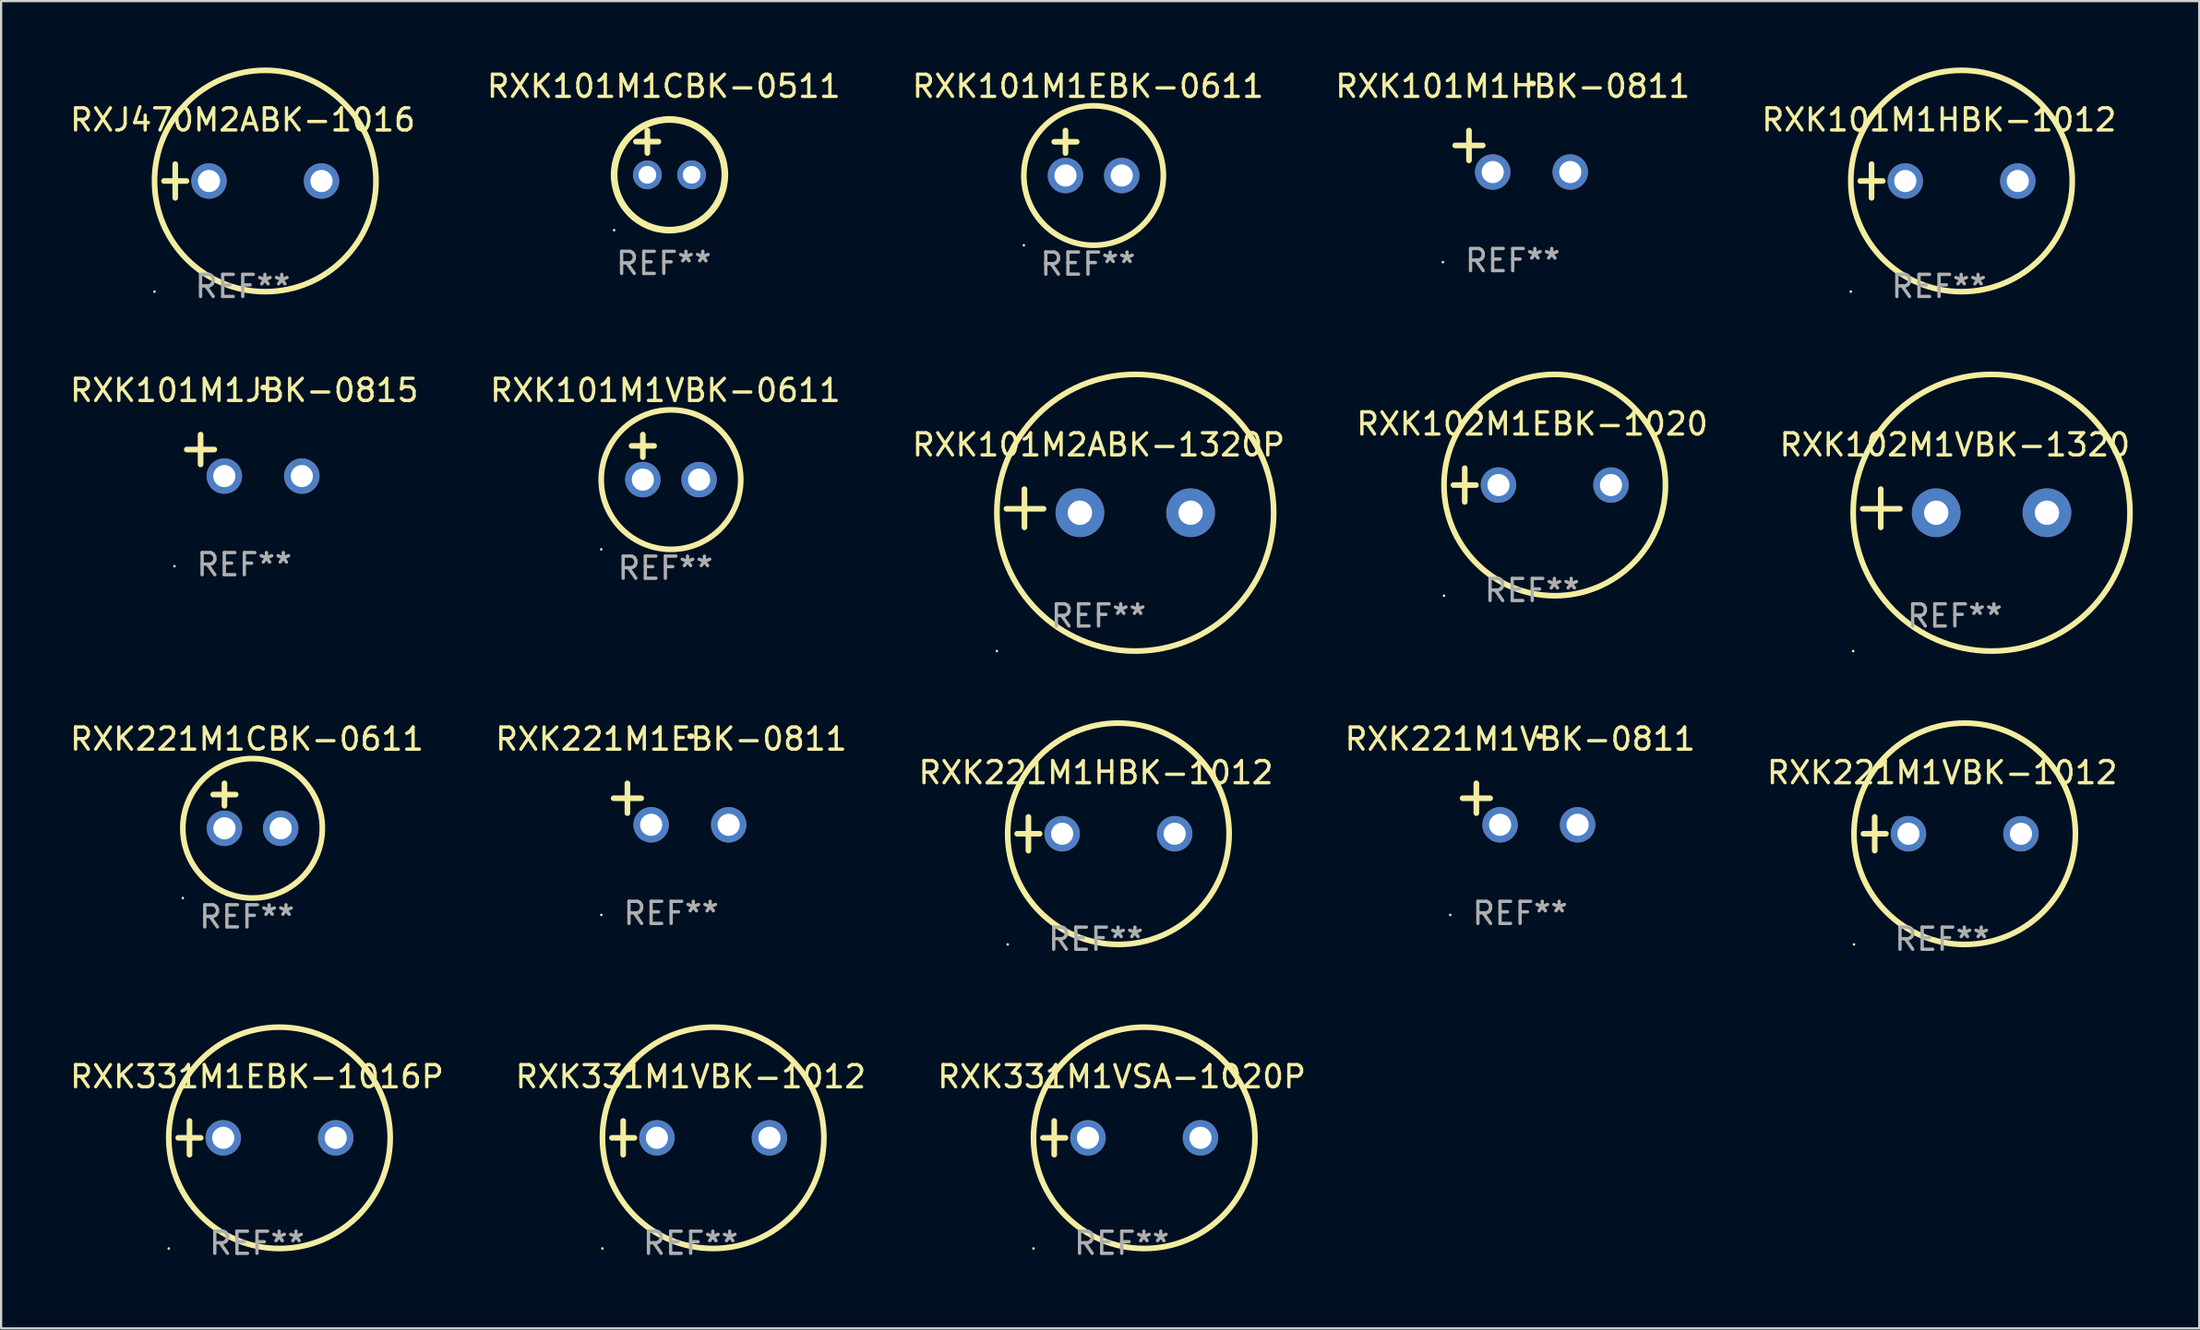
<source format=kicad_pcb>
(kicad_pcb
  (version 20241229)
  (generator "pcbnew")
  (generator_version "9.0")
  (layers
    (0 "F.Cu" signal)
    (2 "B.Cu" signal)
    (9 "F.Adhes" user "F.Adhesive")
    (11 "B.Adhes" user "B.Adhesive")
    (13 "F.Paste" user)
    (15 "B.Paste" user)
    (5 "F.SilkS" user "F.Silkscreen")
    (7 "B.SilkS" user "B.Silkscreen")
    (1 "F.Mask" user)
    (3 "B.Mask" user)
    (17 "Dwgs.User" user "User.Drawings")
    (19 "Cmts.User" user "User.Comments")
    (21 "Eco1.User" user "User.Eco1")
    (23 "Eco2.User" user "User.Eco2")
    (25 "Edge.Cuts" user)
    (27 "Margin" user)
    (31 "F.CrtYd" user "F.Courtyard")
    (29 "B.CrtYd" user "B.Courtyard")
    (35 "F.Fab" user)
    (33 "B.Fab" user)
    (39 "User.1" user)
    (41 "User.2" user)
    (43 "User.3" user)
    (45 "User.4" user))
  (footprint "RXK102M1VBK-1320"
    (layer "F.Cu")
    (at 85.22 19.911)
    (property "Reference" "RXK102M1VBK-1320" (at 0 -2.864 0) (layer "F.SilkS") (effects (font (size 1 1) (thickness 0.15))))
    (attr through_hole)
    (fp_line (start -3.346 0.864) (end -3.346 -0.864) (stroke (width 0.254) (type solid)) (layer "F.SilkS"))
    (fp_line (start -2.482 0.025) (end -4.158 0.025) (stroke (width 0.254) (type solid)) (layer "F.SilkS"))
    (fp_circle (center -4.592 6.453) (end -4.562 6.453) (stroke (width 0.06) (type solid)) (fill no) (layer "F.SilkS"))
    (fp_circle (center 1.658 0.203) (end 7.908 0.203) (stroke (width 0.254) (type solid)) (fill no) (layer "F.SilkS"))
    (fp_text user "REF**" (at 0 4.864 0) (layer "F.Fab") (effects (font (size 1 1) (thickness 0.15))))
    (pad "1" thru_hole circle (at -0.842 0.203) (size 2.2 2.2) (drill 1.1) (layers "*.Cu" "*.Mask"))
    (pad "2" thru_hole circle (at 4.158 0.203) (size 2.2 2.2) (drill 1.1) (layers "*.Cu" "*.Mask")))
  (footprint "RXK331M1VSA-1020P"
    (layer "F.Cu")
    (at 47.601 48.355)
    (property "Reference" "RXK331M1VSA-1020P" (at 0 -2.762 0) (layer "F.SilkS") (effects (font (size 1 1) (thickness 0.15))))
    (attr through_hole)
    (fp_line (start -3.556 0) (end -2.54 0) (stroke (width 0.254) (type solid)) (layer "F.SilkS"))
    (fp_line (start -3.048 -0.762) (end -3.048 0.762) (stroke (width 0.254) (type solid)) (layer "F.SilkS"))
    (fp_circle (center -3.984 5) (end -3.954 5) (stroke (width 0.06) (type solid)) (fill no) (layer "F.SilkS"))
    (fp_circle (center 1.016 0) (end 6.016 0) (stroke (width 0.254) (type solid)) (fill no) (layer "F.SilkS"))
    (fp_text user "REF**" (at 0 4.762 0) (layer "F.Fab") (effects (font (size 1 1) (thickness 0.15))))
    (pad "1" thru_hole circle (at -1.524 0) (size 1.6 1.6) (drill 1) (layers "*.Cu" "*.Mask"))
    (pad "2" thru_hole circle (at 3.556 0) (size 1.6 1.6) (drill 1) (layers "*.Cu" "*.Mask")))
  (footprint "RXK331M1EBK-1016P"
    (layer "F.Cu")
    (at 8.554 48.355)
    (property "Reference" "RXK331M1EBK-1016P" (at 0 -2.762 0) (layer "F.SilkS") (effects (font (size 1 1) (thickness 0.15))))
    (attr through_hole)
    (fp_line (start -3.556 0) (end -2.54 0) (stroke (width 0.254) (type solid)) (layer "F.SilkS"))
    (fp_line (start -3.048 -0.762) (end -3.048 0.762) (stroke (width 0.254) (type solid)) (layer "F.SilkS"))
    (fp_circle (center -3.984 5) (end -3.954 5) (stroke (width 0.06) (type solid)) (fill no) (layer "F.SilkS"))
    (fp_circle (center 1.016 0) (end 6.016 0) (stroke (width 0.254) (type solid)) (fill no) (layer "F.SilkS"))
    (fp_text user "REF**" (at 0 4.762 0) (layer "F.Fab") (effects (font (size 1 1) (thickness 0.15))))
    (pad "1" thru_hole circle (at -1.524 0) (size 1.6 1.6) (drill 1) (layers "*.Cu" "*.Mask"))
    (pad "2" thru_hole circle (at 3.556 0) (size 1.6 1.6) (drill 1) (layers "*.Cu" "*.Mask")))
  (footprint "RXK221M1HBK-1012"
    (layer "F.Cu")
    (at 46.435 34.618)
    (property "Reference" "RXK221M1HBK-1012" (at 0 -2.762 0) (layer "F.SilkS") (effects (font (size 1 1) (thickness 0.15))))
    (attr through_hole)
    (fp_line (start -3.556 0) (end -2.54 0) (stroke (width 0.254) (type solid)) (layer "F.SilkS"))
    (fp_line (start -3.048 -0.762) (end -3.048 0.762) (stroke (width 0.254) (type solid)) (layer "F.SilkS"))
    (fp_circle (center -3.984 5) (end -3.954 5) (stroke (width 0.06) (type solid)) (fill no) (layer "F.SilkS"))
    (fp_circle (center 1.016 0) (end 6.016 0) (stroke (width 0.254) (type solid)) (fill no) (layer "F.SilkS"))
    (fp_text user "REF**" (at 0 4.762 0) (layer "F.Fab") (effects (font (size 1 1) (thickness 0.15))))
    (pad "1" thru_hole circle (at -1.524 0) (size 1.6 1.6) (drill 1) (layers "*.Cu" "*.Mask"))
    (pad "2" thru_hole circle (at 3.556 0) (size 1.6 1.6) (drill 1) (layers "*.Cu" "*.Mask")))
  (footprint "RXK221M1VBK-0811"
    (layer "F.Cu")
    (at 65.589 33.276)
    (property "Reference" "RXK221M1VBK-0811" (at 0 -2.937 0) (layer "F.SilkS") (effects (font (size 1 1) (thickness 0.15))))
    (attr through_hole)
    (fp_line (start -1.975 0.41) (end -1.975 -0.937) (stroke (width 0.254) (type solid)) (layer "F.SilkS"))
    (fp_line (start -1.353 -0.263) (end -2.597 -0.263) (stroke (width 0.254) (type solid)) (layer "F.SilkS"))
    (fp_arc (start 0.849809 -3.063957) (mid 0.885369 -3.064114) (end 0.920929 -3.063957) (stroke (width 0.254001) (type solid)) (layer "F.SilkS"))
    (fp_circle (center -3.154 5.008) (end -3.124 5.008) (stroke (width 0.06) (type solid)) (fill no) (layer "F.SilkS"))
    (fp_text user "REF**" (at 0 4.937 0) (layer "F.Fab") (effects (font (size 1 1) (thickness 0.15))))
    (pad "1" thru_hole circle (at -0.903 0.937) (size 1.6 1.6) (drill 1) (layers "*.Cu" "*.Mask"))
    (pad "2" thru_hole circle (at 2.597 0.937) (size 1.6 1.6) (drill 1) (layers "*.Cu" "*.Mask")))
  (footprint "RXK101M1HBK-0811"
    (layer "F.Cu")
    (at 65.256 3.785)
    (property "Reference" "RXK101M1HBK-0811" (at 0 -2.937 0) (layer "F.SilkS") (effects (font (size 1 1) (thickness 0.15))))
    (attr through_hole)
    (fp_line (start -1.975 0.41) (end -1.975 -0.937) (stroke (width 0.254) (type solid)) (layer "F.SilkS"))
    (fp_line (start -1.353 -0.263) (end -2.597 -0.263) (stroke (width 0.254) (type solid)) (layer "F.SilkS"))
    (fp_arc (start 0.849809 -3.063957) (mid 0.885369 -3.064114) (end 0.920929 -3.063957) (stroke (width 0.254001) (type solid)) (layer "F.SilkS"))
    (fp_circle (center -3.154 5.008) (end -3.124 5.008) (stroke (width 0.06) (type solid)) (fill no) (layer "F.SilkS"))
    (fp_text user "REF**" (at 0 4.937 0) (layer "F.Fab") (effects (font (size 1 1) (thickness 0.15))))
    (pad "1" thru_hole circle (at -0.903 0.937) (size 1.6 1.6) (drill 1) (layers "*.Cu" "*.Mask"))
    (pad "2" thru_hole circle (at 2.597 0.937) (size 1.6 1.6) (drill 1) (layers "*.Cu" "*.Mask")))
  (footprint "RXK101M1CBK-0511"
    (layer "F.Cu")
    (at 26.923 3.848)
    (property "Reference" "RXK101M1CBK-0511" (at 0 -3 0) (layer "F.SilkS") (effects (font (size 1 1) (thickness 0.15))))
    (attr through_hole)
    (fp_line (start -1.258 -0.5) (end -0.242 -0.5) (stroke (width 0.254) (type solid)) (layer "F.SilkS"))
    (fp_line (start -0.742 -1) (end -0.742 0.016) (stroke (width 0.254) (type solid)) (layer "F.SilkS"))
    (fp_circle (center -2.242 3.5) (end -2.212 3.5) (stroke (width 0.06) (type solid)) (fill no) (layer "F.SilkS"))
    (fp_circle (center 0.258 1) (end 2.758 1) (stroke (width 0.3) (type solid)) (fill no) (layer "F.SilkS"))
    (fp_text user "REF**" (at 0 5 0) (layer "F.Fab") (effects (font (size 1 1) (thickness 0.15))))
    (pad "1" thru_hole circle (at -0.742 1) (size 1.3 1.3) (drill 0.8) (layers "*.Cu" "*.Mask"))
    (pad "2" thru_hole circle (at 1.258 1) (size 1.3 1.3) (drill 0.8) (layers "*.Cu" "*.Mask")))
  (footprint "RXK221M1VBK-1012"
    (layer "F.Cu")
    (at 84.649 34.618)
    (property "Reference" "RXK221M1VBK-1012" (at 0 -2.762 0) (layer "F.SilkS") (effects (font (size 1 1) (thickness 0.15))))
    (attr through_hole)
    (fp_line (start -3.556 0) (end -2.54 0) (stroke (width 0.254) (type solid)) (layer "F.SilkS"))
    (fp_line (start -3.048 -0.762) (end -3.048 0.762) (stroke (width 0.254) (type solid)) (layer "F.SilkS"))
    (fp_circle (center -3.984 5) (end -3.954 5) (stroke (width 0.06) (type solid)) (fill no) (layer "F.SilkS"))
    (fp_circle (center 1.016 0) (end 6.016 0) (stroke (width 0.254) (type solid)) (fill no) (layer "F.SilkS"))
    (fp_text user "REF**" (at 0 4.762 0) (layer "F.Fab") (effects (font (size 1 1) (thickness 0.15))))
    (pad "1" thru_hole circle (at -1.524 0) (size 1.6 1.6) (drill 1) (layers "*.Cu" "*.Mask"))
    (pad "2" thru_hole circle (at 3.556 0) (size 1.6 1.6) (drill 1) (layers "*.Cu" "*.Mask")))
  (footprint "RXJ470M2ABK-1016"
    (layer "F.Cu")
    (at 7.911 5.127)
    (property "Reference" "RXJ470M2ABK-1016" (at 0 -2.762 0) (layer "F.SilkS") (effects (font (size 1 1) (thickness 0.15))))
    (attr through_hole)
    (fp_line (start -3.556 0) (end -2.54 0) (stroke (width 0.254) (type solid)) (layer "F.SilkS"))
    (fp_line (start -3.048 -0.762) (end -3.048 0.762) (stroke (width 0.254) (type solid)) (layer "F.SilkS"))
    (fp_circle (center -3.984 5) (end -3.954 5) (stroke (width 0.06) (type solid)) (fill no) (layer "F.SilkS"))
    (fp_circle (center 1.016 0) (end 6.016 0) (stroke (width 0.254) (type solid)) (fill no) (layer "F.SilkS"))
    (fp_text user "REF**" (at 0 4.762 0) (layer "F.Fab") (effects (font (size 1 1) (thickness 0.15))))
    (pad "1" thru_hole circle (at -1.524 0) (size 1.6 1.6) (drill 1) (layers "*.Cu" "*.Mask"))
    (pad "2" thru_hole circle (at 3.556 0) (size 1.6 1.6) (drill 1) (layers "*.Cu" "*.Mask")))
  (footprint "RXK101M2ABK-1320P"
    (layer "F.Cu")
    (at 46.554 19.911)
    (property "Reference" "RXK101M2ABK-1320P" (at 0 -2.864 0) (layer "F.SilkS") (effects (font (size 1 1) (thickness 0.15))))
    (attr through_hole)
    (fp_line (start -3.346 0.864) (end -3.346 -0.864) (stroke (width 0.254) (type solid)) (layer "F.SilkS"))
    (fp_line (start -2.482 0.025) (end -4.158 0.025) (stroke (width 0.254) (type solid)) (layer "F.SilkS"))
    (fp_circle (center -4.592 6.453) (end -4.562 6.453) (stroke (width 0.06) (type solid)) (fill no) (layer "F.SilkS"))
    (fp_circle (center 1.658 0.203) (end 7.908 0.203) (stroke (width 0.254) (type solid)) (fill no) (layer "F.SilkS"))
    (fp_text user "REF**" (at 0 4.864 0) (layer "F.Fab") (effects (font (size 1 1) (thickness 0.15))))
    (pad "1" thru_hole circle (at -0.842 0.203) (size 2.2 2.2) (drill 1.1) (layers "*.Cu" "*.Mask"))
    (pad "2" thru_hole circle (at 4.158 0.203) (size 2.2 2.2) (drill 1.1) (layers "*.Cu" "*.Mask")))
  (footprint "RXK101M1VBK-0611"
    (layer "F.Cu")
    (at 26.994 17.602)
    (property "Reference" "RXK101M1VBK-0611" (at 0 -3.016 0) (layer "F.SilkS") (effects (font (size 1 1) (thickness 0.15))))
    (attr through_hole)
    (fp_line (start -1.524 -0.508) (end -0.508 -0.508) (stroke (width 0.254) (type solid)) (layer "F.SilkS"))
    (fp_line (start -1.016 -1.016) (end -1.016 0) (stroke (width 0.254) (type solid)) (layer "F.SilkS"))
    (fp_circle (center -2.896 4.166) (end -2.866 4.166) (stroke (width 0.06) (type solid)) (fill no) (layer "F.SilkS"))
    (fp_circle (center 0.254 1.016) (end 3.404 1.016) (stroke (width 0.254) (type solid)) (fill no) (layer "F.SilkS"))
    (fp_text user "REF**" (at 0 5.016 0) (layer "F.Fab") (effects (font (size 1 1) (thickness 0.15))))
    (pad "1" thru_hole circle (at -1.016 1.016) (size 1.6 1.6) (drill 1) (layers "*.Cu" "*.Mask"))
    (pad "2" thru_hole circle (at 1.524 1.016) (size 1.6 1.6) (drill 1) (layers "*.Cu" "*.Mask")))
  (footprint "RXK221M1EBK-0811"
    (layer "F.Cu")
    (at 27.256 33.276)
    (property "Reference" "RXK221M1EBK-0811" (at 0 -2.937 0) (layer "F.SilkS") (effects (font (size 1 1) (thickness 0.15))))
    (attr through_hole)
    (fp_line (start -1.975 0.41) (end -1.975 -0.937) (stroke (width 0.254) (type solid)) (layer "F.SilkS"))
    (fp_line (start -1.353 -0.263) (end -2.597 -0.263) (stroke (width 0.254) (type solid)) (layer "F.SilkS"))
    (fp_arc (start 0.849809 -3.063957) (mid 0.885369 -3.064114) (end 0.920929 -3.063957) (stroke (width 0.254001) (type solid)) (layer "F.SilkS"))
    (fp_circle (center -3.154 5.008) (end -3.124 5.008) (stroke (width 0.06) (type solid)) (fill no) (layer "F.SilkS"))
    (fp_text user "REF**" (at 0 4.937 0) (layer "F.Fab") (effects (font (size 1 1) (thickness 0.15))))
    (pad "1" thru_hole circle (at -0.903 0.937) (size 1.6 1.6) (drill 1) (layers "*.Cu" "*.Mask"))
    (pad "2" thru_hole circle (at 2.597 0.937) (size 1.6 1.6) (drill 1) (layers "*.Cu" "*.Mask")))
  (footprint "RXK221M1CBK-0611"
    (layer "F.Cu")
    (at 8.101 33.355)
    (property "Reference" "RXK221M1CBK-0611" (at 0 -3.016 0) (layer "F.SilkS") (effects (font (size 1 1) (thickness 0.15))))
    (attr through_hole)
    (fp_line (start -1.524 -0.508) (end -0.508 -0.508) (stroke (width 0.254) (type solid)) (layer "F.SilkS"))
    (fp_line (start -1.016 -1.016) (end -1.016 0) (stroke (width 0.254) (type solid)) (layer "F.SilkS"))
    (fp_circle (center -2.896 4.166) (end -2.866 4.166) (stroke (width 0.06) (type solid)) (fill no) (layer "F.SilkS"))
    (fp_circle (center 0.254 1.016) (end 3.404 1.016) (stroke (width 0.254) (type solid)) (fill no) (layer "F.SilkS"))
    (fp_text user "REF**" (at 0 5.016 0) (layer "F.Fab") (effects (font (size 1 1) (thickness 0.15))))
    (pad "1" thru_hole circle (at -1.016 1.016) (size 1.6 1.6) (drill 1) (layers "*.Cu" "*.Mask"))
    (pad "2" thru_hole circle (at 1.524 1.016) (size 1.6 1.6) (drill 1) (layers "*.Cu" "*.Mask")))
  (footprint "RXK102M1EBK-1020"
    (layer "F.Cu")
    (at 66.137 18.864)
    (property "Reference" "RXK102M1EBK-1020" (at 0 -2.762 0) (layer "F.SilkS") (effects (font (size 1 1) (thickness 0.15))))
    (attr through_hole)
    (fp_line (start -3.556 0) (end -2.54 0) (stroke (width 0.254) (type solid)) (layer "F.SilkS"))
    (fp_line (start -3.048 -0.762) (end -3.048 0.762) (stroke (width 0.254) (type solid)) (layer "F.SilkS"))
    (fp_circle (center -3.984 5) (end -3.954 5) (stroke (width 0.06) (type solid)) (fill no) (layer "F.SilkS"))
    (fp_circle (center 1.016 0) (end 6.016 0) (stroke (width 0.254) (type solid)) (fill no) (layer "F.SilkS"))
    (fp_text user "REF**" (at 0 4.762 0) (layer "F.Fab") (effects (font (size 1 1) (thickness 0.15))))
    (pad "1" thru_hole circle (at -1.524 0) (size 1.6 1.6) (drill 1) (layers "*.Cu" "*.Mask"))
    (pad "2" thru_hole circle (at 3.556 0) (size 1.6 1.6) (drill 1) (layers "*.Cu" "*.Mask")))
  (footprint "RXK101M1EBK-0611"
    (layer "F.Cu")
    (at 46.077 3.864)
    (property "Reference" "RXK101M1EBK-0611" (at 0 -3.016 0) (layer "F.SilkS") (effects (font (size 1 1) (thickness 0.15))))
    (attr through_hole)
    (fp_line (start -1.524 -0.508) (end -0.508 -0.508) (stroke (width 0.254) (type solid)) (layer "F.SilkS"))
    (fp_line (start -1.016 -1.016) (end -1.016 0) (stroke (width 0.254) (type solid)) (layer "F.SilkS"))
    (fp_circle (center -2.896 4.166) (end -2.866 4.166) (stroke (width 0.06) (type solid)) (fill no) (layer "F.SilkS"))
    (fp_circle (center 0.254 1.016) (end 3.404 1.016) (stroke (width 0.254) (type solid)) (fill no) (layer "F.SilkS"))
    (fp_text user "REF**" (at 0 5.016 0) (layer "F.Fab") (effects (font (size 1 1) (thickness 0.15))))
    (pad "1" thru_hole circle (at -1.016 1.016) (size 1.6 1.6) (drill 1) (layers "*.Cu" "*.Mask"))
    (pad "2" thru_hole circle (at 1.524 1.016) (size 1.6 1.6) (drill 1) (layers "*.Cu" "*.Mask")))
  (footprint "RXK331M1VBK-1012"
    (layer "F.Cu")
    (at 28.137 48.355)
    (property "Reference" "RXK331M1VBK-1012" (at 0 -2.762 0) (layer "F.SilkS") (effects (font (size 1 1) (thickness 0.15))))
    (attr through_hole)
    (fp_line (start -3.556 0) (end -2.54 0) (stroke (width 0.254) (type solid)) (layer "F.SilkS"))
    (fp_line (start -3.048 -0.762) (end -3.048 0.762) (stroke (width 0.254) (type solid)) (layer "F.SilkS"))
    (fp_circle (center -3.984 5) (end -3.954 5) (stroke (width 0.06) (type solid)) (fill no) (layer "F.SilkS"))
    (fp_circle (center 1.016 0) (end 6.016 0) (stroke (width 0.254) (type solid)) (fill no) (layer "F.SilkS"))
    (fp_text user "REF**" (at 0 4.762 0) (layer "F.Fab") (effects (font (size 1 1) (thickness 0.15))))
    (pad "1" thru_hole circle (at -1.524 0) (size 1.6 1.6) (drill 1) (layers "*.Cu" "*.Mask"))
    (pad "2" thru_hole circle (at 3.556 0) (size 1.6 1.6) (drill 1) (layers "*.Cu" "*.Mask")))
  (footprint "RXK101M1JBK-0815"
    (layer "F.Cu")
    (at 7.982 17.522)
    (property "Reference" "RXK101M1JBK-0815" (at 0 -2.937 0) (layer "F.SilkS") (effects (font (size 1 1) (thickness 0.15))))
    (attr through_hole)
    (fp_line (start -1.975 0.41) (end -1.975 -0.937) (stroke (width 0.254) (type solid)) (layer "F.SilkS"))
    (fp_line (start -1.353 -0.263) (end -2.597 -0.263) (stroke (width 0.254) (type solid)) (layer "F.SilkS"))
    (fp_arc (start 0.849809 -3.063957) (mid 0.885369 -3.064114) (end 0.920929 -3.063957) (stroke (width 0.254001) (type solid)) (layer "F.SilkS"))
    (fp_circle (center -3.154 5.008) (end -3.124 5.008) (stroke (width 0.06) (type solid)) (fill no) (layer "F.SilkS"))
    (fp_text user "REF**" (at 0 4.937 0) (layer "F.Fab") (effects (font (size 1 1) (thickness 0.15))))
    (pad "1" thru_hole circle (at -0.903 0.937) (size 1.6 1.6) (drill 1) (layers "*.Cu" "*.Mask"))
    (pad "2" thru_hole circle (at 2.597 0.937) (size 1.6 1.6) (drill 1) (layers "*.Cu" "*.Mask")))
  (footprint "RXK101M1HBK-1012"
    (layer "F.Cu")
    (at 84.506 5.127)
    (property "Reference" "RXK101M1HBK-1012" (at 0 -2.762 0) (layer "F.SilkS") (effects (font (size 1 1) (thickness 0.15))))
    (attr through_hole)
    (fp_line (start -3.556 0) (end -2.54 0) (stroke (width 0.254) (type solid)) (layer "F.SilkS"))
    (fp_line (start -3.048 -0.762) (end -3.048 0.762) (stroke (width 0.254) (type solid)) (layer "F.SilkS"))
    (fp_circle (center -3.984 5) (end -3.954 5) (stroke (width 0.06) (type solid)) (fill no) (layer "F.SilkS"))
    (fp_circle (center 1.016 0) (end 6.016 0) (stroke (width 0.254) (type solid)) (fill no) (layer "F.SilkS"))
    (fp_text user "REF**" (at 0 4.762 0) (layer "F.Fab") (effects (font (size 1 1) (thickness 0.15))))
    (pad "1" thru_hole circle (at -1.524 0) (size 1.6 1.6) (drill 1) (layers "*.Cu" "*.Mask"))
    (pad "2" thru_hole circle (at 3.556 0) (size 1.6 1.6) (drill 1) (layers "*.Cu" "*.Mask")))
  (gr_rect
    (start -3 -3)
    (end 96.255 56.966)
    (stroke (width 0.1) (type default))
    (fill no)
    (layer "Edge.Cuts")))
</source>
